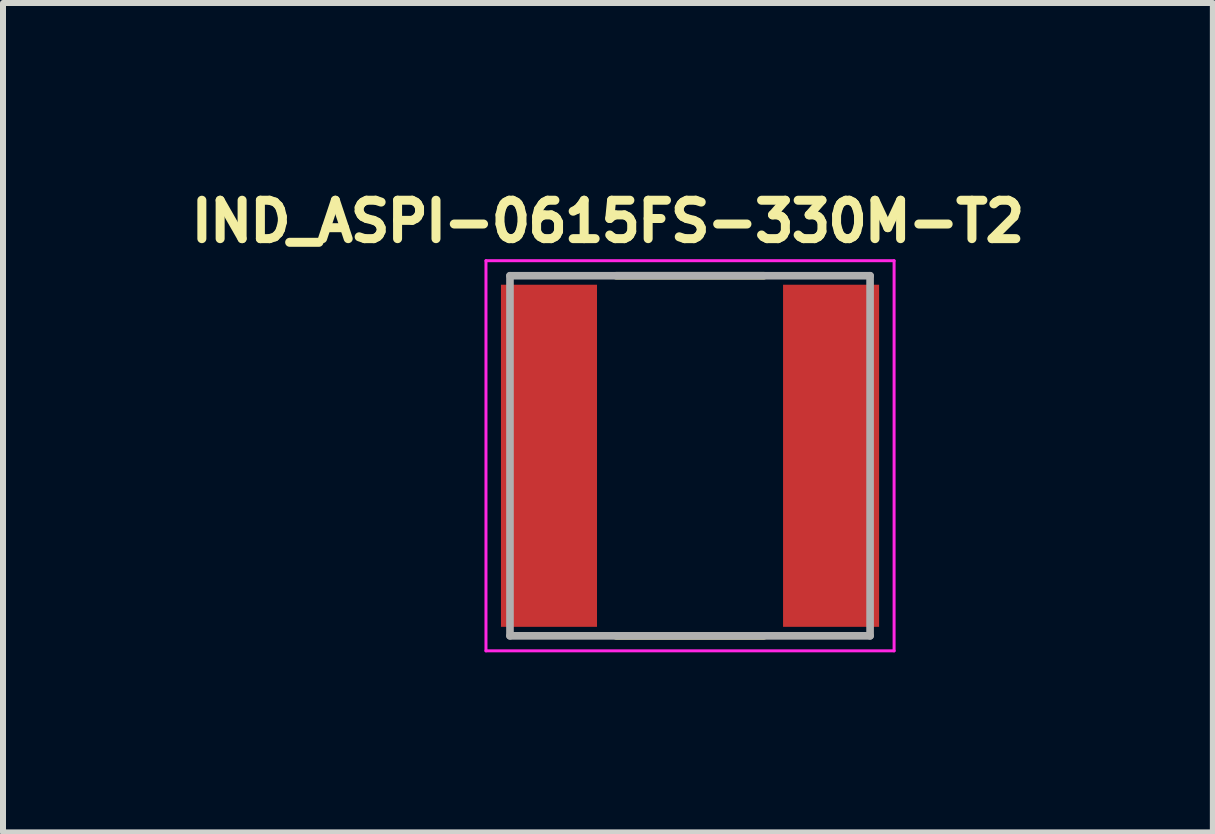
<source format=kicad_pcb>
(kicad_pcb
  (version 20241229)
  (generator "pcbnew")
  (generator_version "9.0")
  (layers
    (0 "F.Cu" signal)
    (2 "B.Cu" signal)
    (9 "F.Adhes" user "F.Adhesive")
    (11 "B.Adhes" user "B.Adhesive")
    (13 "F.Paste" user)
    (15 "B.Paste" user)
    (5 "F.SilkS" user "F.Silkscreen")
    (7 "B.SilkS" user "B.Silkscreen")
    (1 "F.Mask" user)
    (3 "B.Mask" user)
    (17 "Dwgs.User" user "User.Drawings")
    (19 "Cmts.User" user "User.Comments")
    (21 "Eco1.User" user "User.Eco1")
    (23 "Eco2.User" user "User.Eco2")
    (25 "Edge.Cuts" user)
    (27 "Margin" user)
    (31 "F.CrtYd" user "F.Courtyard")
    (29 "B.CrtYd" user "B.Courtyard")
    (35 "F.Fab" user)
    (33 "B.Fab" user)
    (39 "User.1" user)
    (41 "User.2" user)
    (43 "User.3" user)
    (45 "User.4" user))
  (footprint "IND_ASPI-0615FS-330M-T2"
    (layer "F.Cu")
    (at 8.447 4.544)
    (property "Reference" "IND_ASPI-0615FS-330M-T2" (at -1.368 -3.906 0) (layer "F.SilkS") (effects (font (size 0.64 0.64) (thickness 0.15))))
    (attr smd)
    (fp_line (start -1.23 -3) (end 1.23 -3) (stroke (width 0.127) (type solid)) (layer "F.SilkS"))
    (fp_line (start -1.23 3) (end 1.23 3) (stroke (width 0.127) (type solid)) (layer "F.SilkS"))
    (fp_line (start -3.4 -3.25) (end -3.4 3.25) (stroke (width 0.05) (type solid)) (layer "F.CrtYd"))
    (fp_line (start -3.4 3.25) (end 3.4 3.25) (stroke (width 0.05) (type solid)) (layer "F.CrtYd"))
    (fp_line (start 3.4 -3.25) (end -3.4 -3.25) (stroke (width 0.05) (type solid)) (layer "F.CrtYd"))
    (fp_line (start 3.4 3.25) (end 3.4 -3.25) (stroke (width 0.05) (type solid)) (layer "F.CrtYd"))
    (fp_line (start -3 -3) (end -3 3) (stroke (width 0.127) (type solid)) (layer "F.Fab"))
    (fp_line (start -3 -3) (end 3 -3) (stroke (width 0.127) (type solid)) (layer "F.Fab"))
    (fp_line (start -3 3) (end 3 3) (stroke (width 0.127) (type solid)) (layer "F.Fab"))
    (fp_line (start 3 -3) (end 3 3) (stroke (width 0.127) (type solid)) (layer "F.Fab"))
    (pad "1" smd rect (at -2.35 0) (size 1.6 5.7) (layers "F.Cu" "F.Mask" "F.Paste"))
    (pad "2" smd rect (at 2.35 0) (size 1.6 5.7) (layers "F.Cu" "F.Mask" "F.Paste")))
  (gr_rect
    (start -3 -3)
    (end 17.158 10.819)
    (stroke (width 0.1) (type default))
    (fill no)
    (layer "Edge.Cuts")))
</source>
